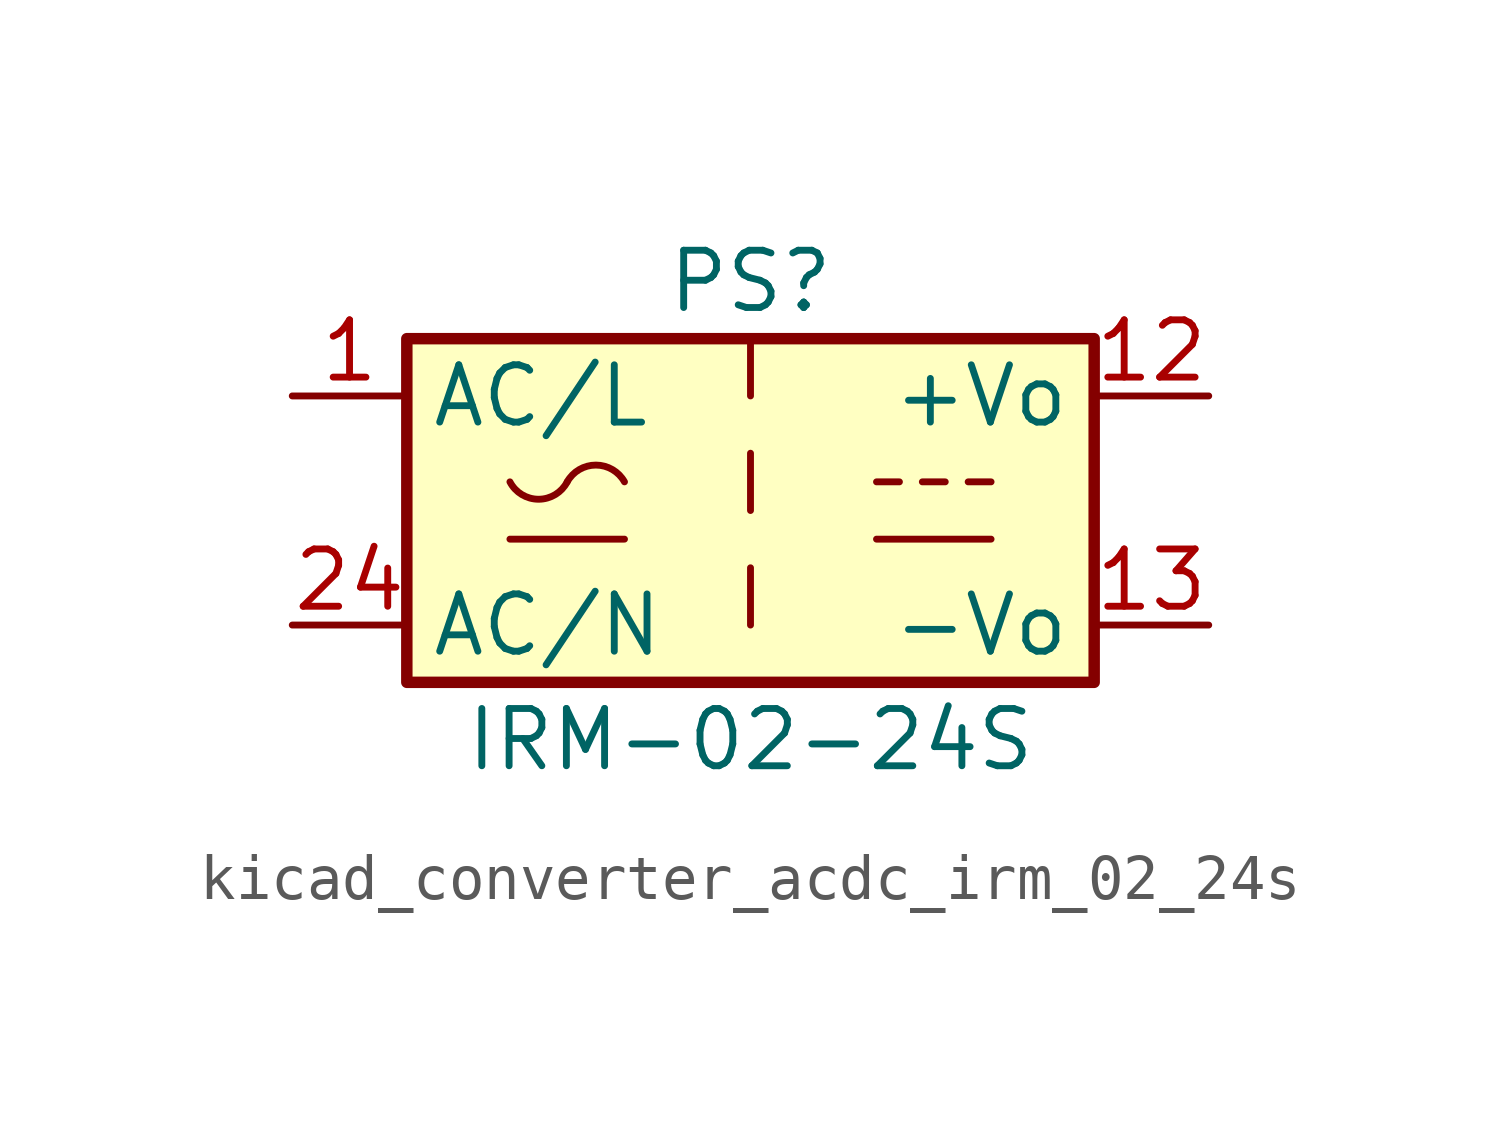
<source format=kicad_sym>
(kicad_symbol_lib
  (version 20220914)
  (generator kicad_symbol_editor)
  (symbol "kicad_converter_acdc_irm_02_24s"
    (property "Reference" "PS"
      (at 0 5.08 0)
      (effects (font (size 1.27 1.27))))
    (property "Value" "IRM-02-24S"
      (at 0 -5.08 0)
      (effects (font (size 1.27 1.27))))
    (symbol "kicad_converter_acdc_irm_02_24s_1_1"
      (rectangle (start -7.62 3.81) (end 7.62 -3.81) (stroke (width 0.254) (type default)) (fill (type background)))
      (arc (start -5.334 0.635) (mid -4.699 0.2495) (end -4.064 0.635) (stroke (width 0) (type default)) (fill (type none)))
      (arc (start -2.794 0.635) (mid -3.429 1.0072) (end -4.064 0.635) (stroke (width 0) (type default)) (fill (type none)))
      (polyline (pts (xy -5.334 -0.635) (xy -2.794 -0.635)) (stroke (width 0) (type default)) (fill (type none)))
      (polyline (pts (xy 0 -1.27) (xy 0 -2.54)) (stroke (width 0) (type default)) (fill (type none)))
      (polyline (pts (xy 0 1.27) (xy 0 0)) (stroke (width 0) (type default)) (fill (type none)))
      (polyline (pts (xy 0 3.81) (xy 0 2.54)) (stroke (width 0) (type default)) (fill (type none)))
      (polyline (pts (xy 2.794 -0.635) (xy 5.334 -0.635)) (stroke (width 0) (type default)) (fill (type none)))
      (polyline (pts (xy 2.794 0.635) (xy 3.302 0.635)) (stroke (width 0) (type default)) (fill (type none)))
      (polyline (pts (xy 3.81 0.635) (xy 4.318 0.635)) (stroke (width 0) (type default)) (fill (type none)))
      (polyline (pts (xy 4.826 0.635) (xy 5.334 0.635)) (stroke (width 0) (type default)) (fill (type none)))
      (pin power_in line (at -10.16 2.54 0) (length 2.54) (name "AC/L" (effects (font (size 1.27 1.27)))) (number "1" (effects (font (size 1.27 1.27)))))
      (pin power_out line (at 10.16 2.54 180) (length 2.54) (name "+Vo" (effects (font (size 1.27 1.27)))) (number "12" (effects (font (size 1.27 1.27)))))
      (pin power_out line (at 10.16 -2.54 180) (length 2.54) (name "-Vo" (effects (font (size 1.27 1.27)))) (number "13" (effects (font (size 1.27 1.27)))))
      (pin power_in line (at -10.16 -2.54 0) (length 2.54) (name "AC/N" (effects (font (size 1.27 1.27)))) (number "24" (effects (font (size 1.27 1.27))))))))
</source>
